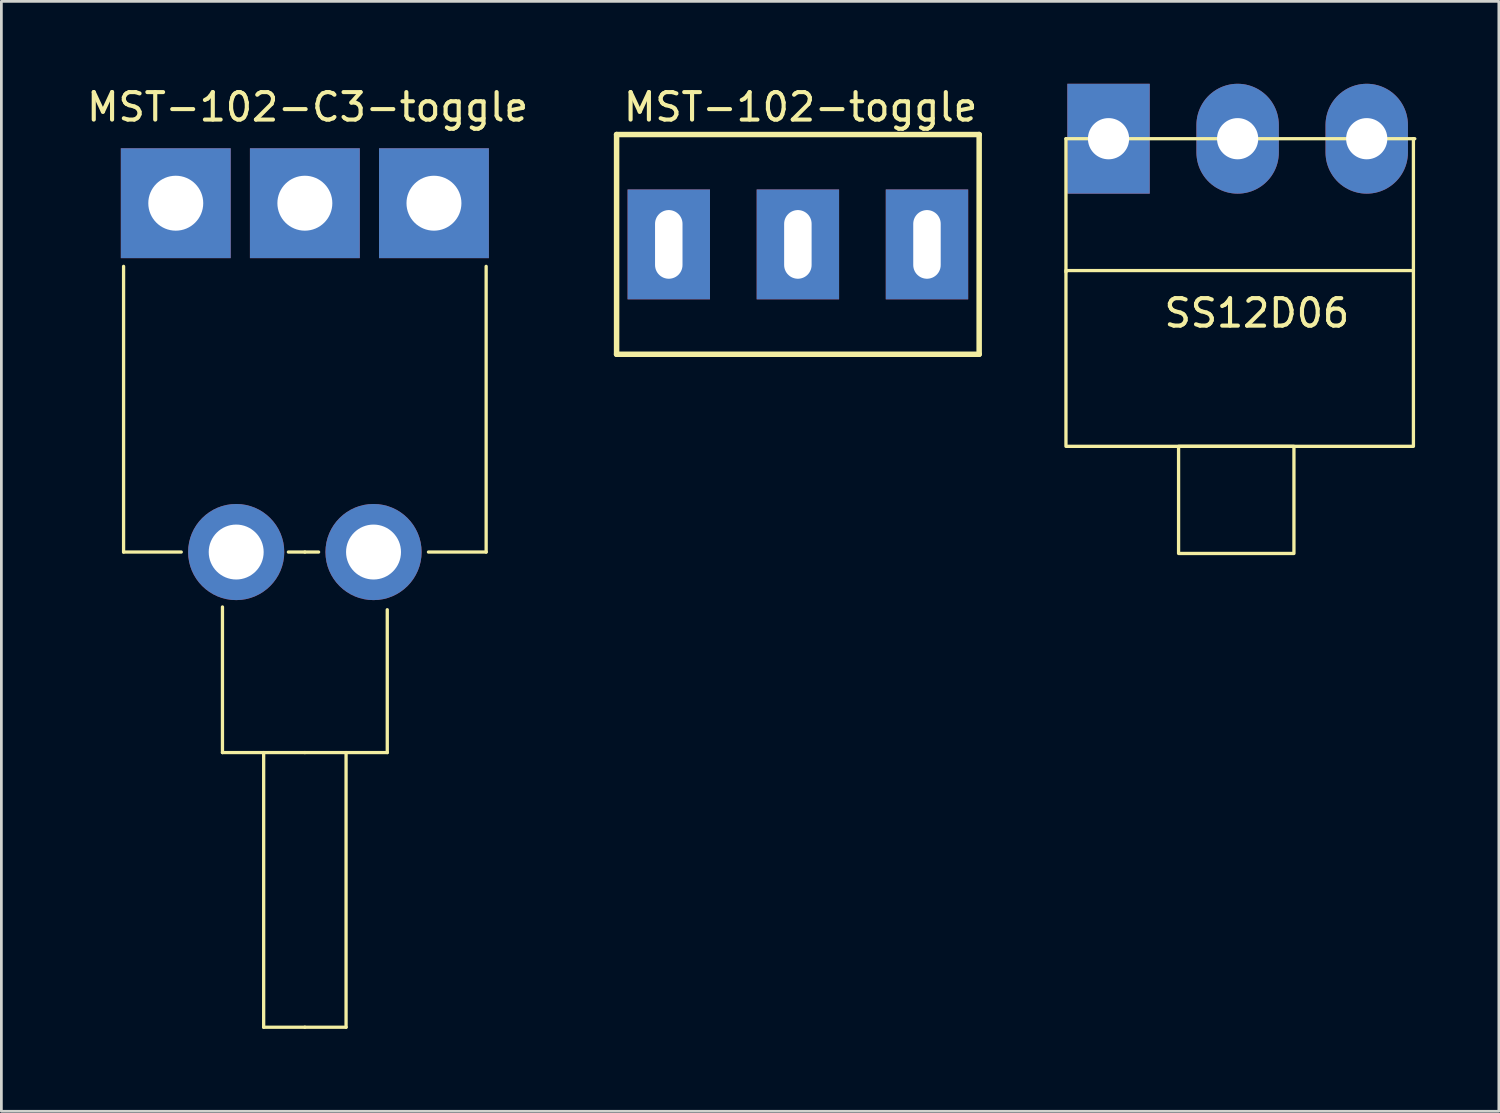
<source format=kicad_pcb>
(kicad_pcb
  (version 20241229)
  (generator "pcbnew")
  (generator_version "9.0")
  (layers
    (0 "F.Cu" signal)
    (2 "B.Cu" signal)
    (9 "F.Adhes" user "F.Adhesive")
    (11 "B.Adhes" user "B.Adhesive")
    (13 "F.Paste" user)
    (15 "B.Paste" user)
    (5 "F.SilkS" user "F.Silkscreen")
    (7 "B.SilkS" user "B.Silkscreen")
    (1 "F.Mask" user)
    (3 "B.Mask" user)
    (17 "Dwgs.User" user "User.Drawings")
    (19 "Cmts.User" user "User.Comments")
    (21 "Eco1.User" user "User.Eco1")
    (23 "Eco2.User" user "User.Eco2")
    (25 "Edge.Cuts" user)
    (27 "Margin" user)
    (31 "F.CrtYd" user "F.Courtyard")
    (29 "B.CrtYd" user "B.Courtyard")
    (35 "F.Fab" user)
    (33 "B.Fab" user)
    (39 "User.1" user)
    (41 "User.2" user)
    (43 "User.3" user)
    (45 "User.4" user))
  (footprint "MST-102-toggle"
    (layer "F.Cu")
    (at 21.298 5.848)
    (property "Reference" "MST-102-toggle" (at 4.8 -5 0) (unlocked yes) (layer "F.SilkS") (effects (font (size 1 1) (thickness 0.15))))
    (attr through_hole)
    (fp_line (start -1.9 -4) (end -1.9 4) (stroke (width 0.2) (type solid)) (layer "F.SilkS"))
    (fp_line (start 11.3 -4) (end -1.9 -4) (stroke (width 0.2) (type solid)) (layer "F.SilkS"))
    (fp_line (start 11.3 -4) (end 11.3 4) (stroke (width 0.2) (type solid)) (layer "F.SilkS"))
    (fp_line (start 11.3 4) (end -1.9 4) (stroke (width 0.2) (type solid)) (layer "F.SilkS"))
    (pad "1" thru_hole rect (at 0 0) (size 3 4) (drill oval 1 2.5) (layers "*.Cu" "*.Mask"))
    (pad "2" thru_hole rect (at 4.7 0) (size 3 4) (drill oval 1 2.5) (layers "*.Cu" "*.Mask"))
    (pad "3" thru_hole rect (at 9.4 0) (size 3 4) (drill oval 1 2.5) (layers "*.Cu" "*.Mask")))
  (footprint "MST-102-C3-toggle"
    (layer "F.Cu")
    (at 8.049 4.348)
    (property "Reference" "MST-102-C3-toggle" (at 0.1 -3.5 0) (unlocked yes) (layer "F.SilkS") (effects (font (size 1 1) (thickness 0.15))))
    (attr through_hole)
    (fp_line (start -6.6 12.7) (end -6.6 2.3) (stroke (width 0.12) (type solid)) (layer "F.SilkS"))
    (fp_line (start -4.5 12.7) (end -6.6 12.7) (stroke (width 0.12) (type solid)) (layer "F.SilkS"))
    (fp_line (start -3 20) (end -3 14.7) (stroke (width 0.12) (type solid)) (layer "F.SilkS"))
    (fp_line (start -1.5 30) (end -1.5 20) (stroke (width 0.12) (type solid)) (layer "F.SilkS"))
    (fp_line (start -1.5 30) (end 0 30) (stroke (width 0.12) (type solid)) (layer "F.SilkS"))
    (fp_line (start 0 12.7) (end -0.6 12.7) (stroke (width 0.12) (type solid)) (layer "F.SilkS"))
    (fp_line (start 0 20) (end -3 20) (stroke (width 0.12) (type solid)) (layer "F.SilkS"))
    (fp_line (start 0 20) (end 3 20) (stroke (width 0.12) (type solid)) (layer "F.SilkS"))
    (fp_line (start 0 30) (end 1.5 30) (stroke (width 0.12) (type solid)) (layer "F.SilkS"))
    (fp_line (start 0.5 12.7) (end 0 12.7) (stroke (width 0.12) (type solid)) (layer "F.SilkS"))
    (fp_line (start 1.5 30) (end 1.5 20) (stroke (width 0.12) (type solid)) (layer "F.SilkS"))
    (fp_line (start 3 20) (end 3 14.8) (stroke (width 0.12) (type solid)) (layer "F.SilkS"))
    (fp_line (start 4.5 12.7) (end 6.6 12.7) (stroke (width 0.12) (type solid)) (layer "F.SilkS"))
    (fp_line (start 6.6 12.7) (end 6.6 2.3) (stroke (width 0.12) (type solid)) (layer "F.SilkS"))
    (pad "" thru_hole circle (at -2.5 12.7) (size 3.5 3.5) (drill 2) (layers "*.Cu" "*.Mask"))
    (pad "" thru_hole circle (at 2.5 12.7) (size 3.5 3.5) (drill 2) (layers "*.Cu" "*.Mask"))
    (pad "1" thru_hole rect (at -4.7 0) (size 4 4) (drill 2) (layers "*.Cu" "*.Mask"))
    (pad "2" thru_hole rect (at 0 0) (size 4 4) (drill 2) (layers "*.Cu" "*.Mask"))
    (pad "3" thru_hole rect (at 4.7 0) (size 4 4) (drill 2) (layers "*.Cu" "*.Mask")))
  (footprint "SS12D06"
    (layer "F.Cu")
    (at 37.308 2)
    (property "Reference" "SS12D06" (at 5.4 6.35 0) (unlocked yes) (layer "F.SilkS") (effects (font (size 1 1) (thickness 0.15))))
    (attr through_hole)
    (fp_line (start -1.55 0) (end 11.15 0) (stroke (width 0.12) (type solid)) (layer "F.SilkS"))
    (fp_line (start -1.55 4.85) (end -1.55 0) (stroke (width 0.12) (type solid)) (layer "F.SilkS"))
    (fp_line (start 11.1 0) (end 11.1 4.8) (stroke (width 0.12) (type solid)) (layer "F.SilkS"))
    (fp_rect (start -1.55 11.2) (end 11.1 4.8) (stroke (width 0.12) (type solid)) (fill no) (layer "F.SilkS"))
    (fp_rect (start 2.55 11.2) (end 6.75 15.1) (stroke (width 0.12) (type solid)) (fill no) (layer "F.SilkS"))
    (pad "1" thru_hole rect (at 0 0) (size 3 4) (drill 1.5) (layers "*.Cu" "*.Mask"))
    (pad "2" thru_hole oval (at 4.7 0) (size 3 4) (drill 1.5) (layers "*.Cu" "*.Mask"))
    (pad "3" thru_hole oval (at 9.4 0) (size 3 4) (drill 1.5) (layers "*.Cu" "*.Mask")))
  (gr_rect
    (start -3 -3)
    (end 51.518 37.408)
    (stroke (width 0.1) (type default))
    (fill no)
    (layer "Edge.Cuts")))
</source>
